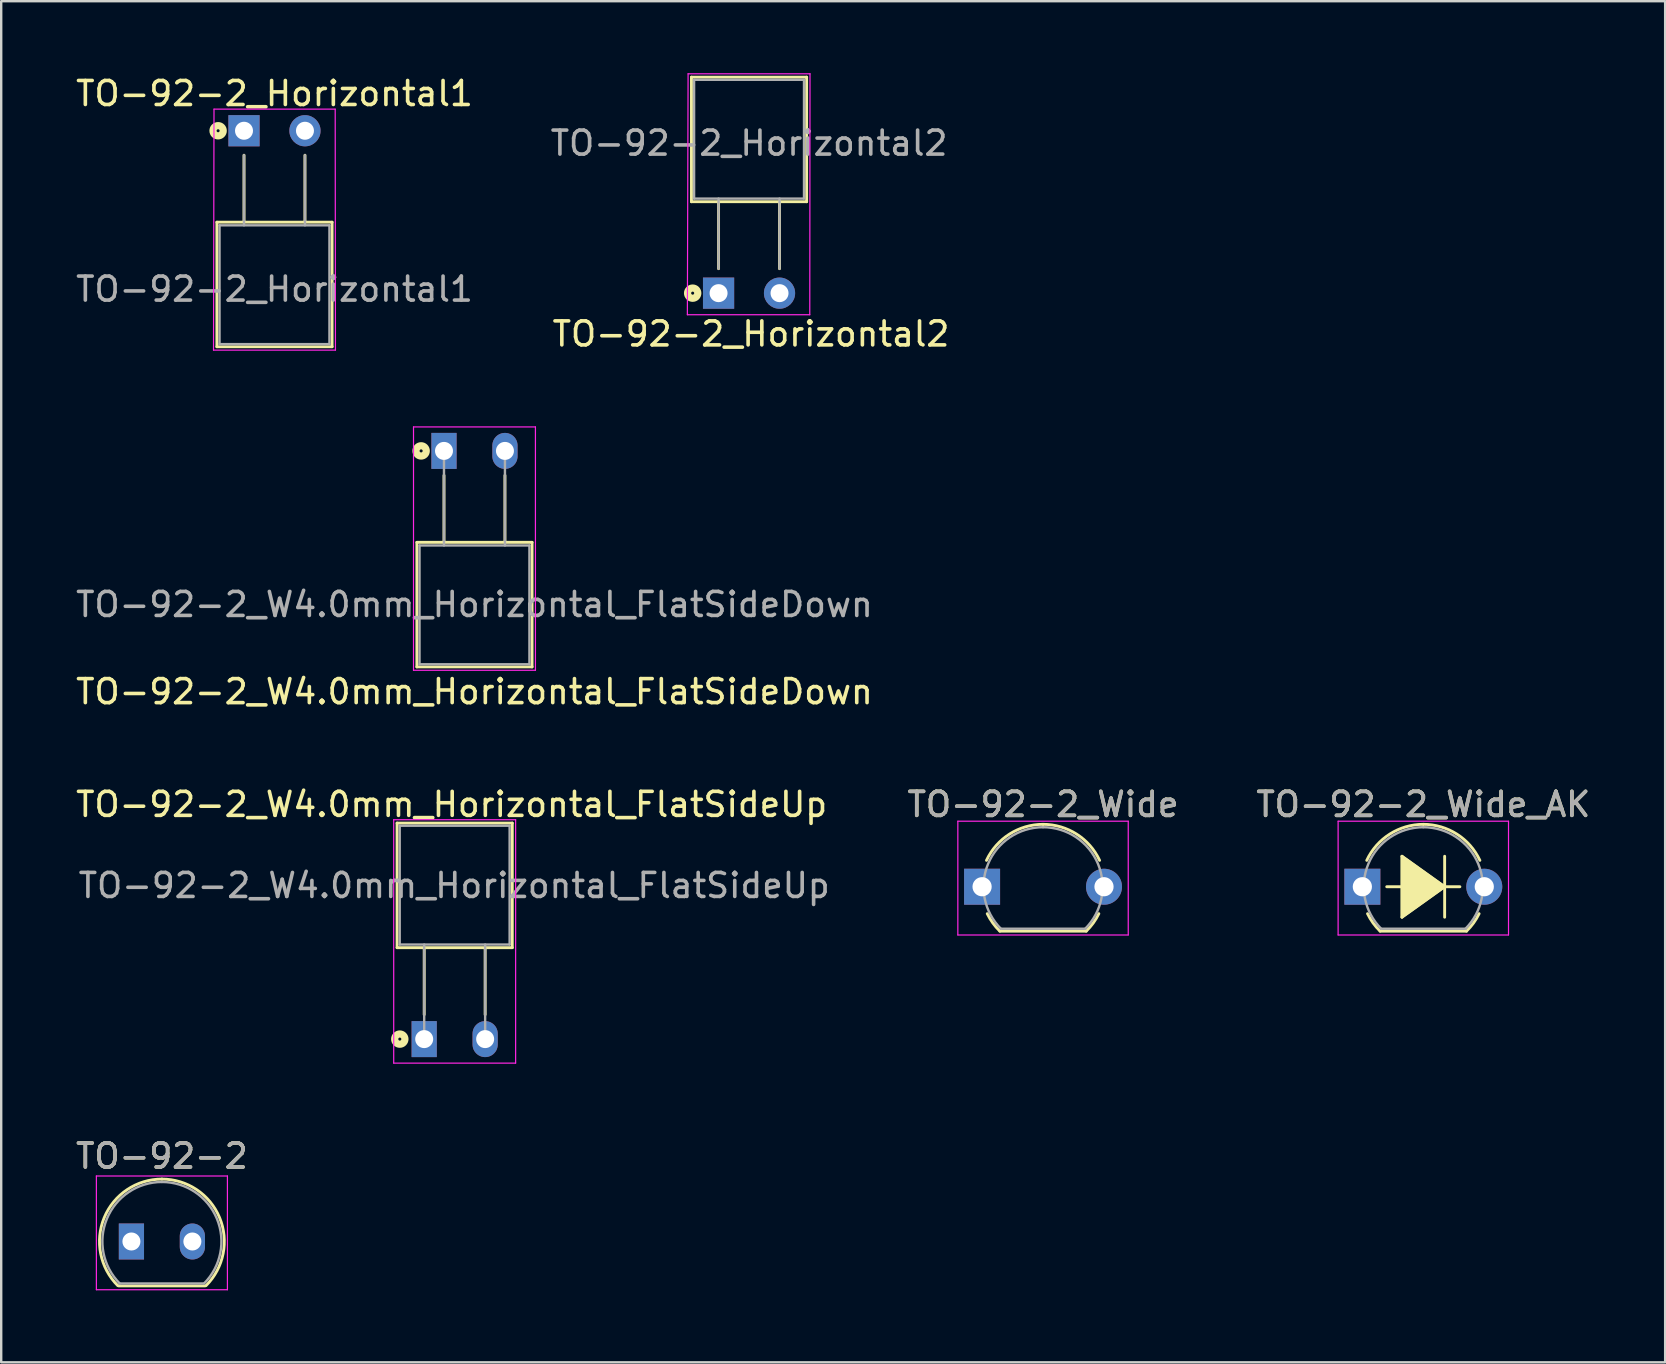
<source format=kicad_pcb>
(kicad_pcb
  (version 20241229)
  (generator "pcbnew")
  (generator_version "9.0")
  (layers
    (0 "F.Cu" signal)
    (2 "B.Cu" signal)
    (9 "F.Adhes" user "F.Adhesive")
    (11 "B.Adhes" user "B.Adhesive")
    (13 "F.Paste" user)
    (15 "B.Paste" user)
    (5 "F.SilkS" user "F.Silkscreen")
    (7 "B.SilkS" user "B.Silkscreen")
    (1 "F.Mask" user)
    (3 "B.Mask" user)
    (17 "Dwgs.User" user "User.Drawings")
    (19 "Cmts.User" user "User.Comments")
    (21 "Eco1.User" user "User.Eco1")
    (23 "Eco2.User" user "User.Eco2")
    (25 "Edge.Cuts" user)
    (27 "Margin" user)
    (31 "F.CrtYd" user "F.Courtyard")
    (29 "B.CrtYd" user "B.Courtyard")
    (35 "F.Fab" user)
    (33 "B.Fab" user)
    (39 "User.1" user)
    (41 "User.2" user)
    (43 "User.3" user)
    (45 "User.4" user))
  (footprint "TO-92-2_Wide"
    (layer "F.Cu")
    (at 37.871 33.898)
    (property "Reference" "TO-92-2_Wide" (at 2.54 -3.43 0) (layer "F.SilkS") (effects (font (size 1 1) (thickness 0.15))))
    (attr through_hole)
    (fp_line (start 0.74 1.85) (end 4.34 1.85) (stroke (width 0.12) (type solid)) (layer "F.SilkS"))
    (fp_arc (start 0.1836 -1.098807) (mid 1.143021 -2.192817) (end 2.54 -2.6) (stroke (width 0.12) (type solid)) (layer "F.SilkS"))
    (fp_arc (start 0.74 1.85) (mid 0.446097 1.509328) (end 0.215816 1.122795) (stroke (width 0.12) (type solid)) (layer "F.SilkS"))
    (fp_arc (start 2.54 -2.6) (mid 3.936979 -2.192818) (end 4.8964 -1.098807) (stroke (width 0.12) (type solid)) (layer "F.SilkS"))
    (fp_arc (start 4.864184 1.122795) (mid 4.633903 1.509328) (end 4.34 1.85) (stroke (width 0.12) (type solid)) (layer "F.SilkS"))
    (fp_line (start -1.01 -2.73) (end -1.01 2.01) (stroke (width 0.05) (type solid)) (layer "F.CrtYd"))
    (fp_line (start -1.01 -2.73) (end 6.09 -2.73) (stroke (width 0.05) (type solid)) (layer "F.CrtYd"))
    (fp_line (start 6.09 2.01) (end -1.01 2.01) (stroke (width 0.05) (type solid)) (layer "F.CrtYd"))
    (fp_line (start 6.09 2.01) (end 6.09 -2.73) (stroke (width 0.05) (type solid)) (layer "F.CrtYd"))
    (fp_line (start 0.8 1.75) (end 4.3 1.75) (stroke (width 0.1) (type solid)) (layer "F.Fab"))
    (fp_arc (start 0.786375 1.753625) (mid 0.248779 -0.949055) (end 2.54 -2.48) (stroke (width 0.1) (type solid)) (layer "F.Fab"))
    (fp_arc (start 2.54 -2.48) (mid 4.831221 -0.949055) (end 4.293625 1.753625) (stroke (width 0.1) (type solid)) (layer "F.Fab"))
    (fp_text user "${REFERENCE}" (at 2.54 -3.43 0) (layer "F.Fab") (effects (font (size 1 1) (thickness 0.15))))
    (pad "1" thru_hole rect (at 0 0 90) (size 1.5 1.5) (drill 0.8) (layers "*.Cu" "*.Mask"))
    (pad "2" thru_hole circle (at 5.08 0 90) (size 1.5 1.5) (drill 0.8) (layers "*.Cu" "*.Mask")))
  (footprint "TO-92-2_Wide_AK"
    (layer "F.Cu")
    (at 53.716 33.898)
    (property "Reference" "TO-92-2_Wide_AK" (at 2.54 -3.43 0) (layer "F.SilkS") (effects (font (size 1 1) (thickness 0.15))))
    (fp_line (start 0.74 1.85) (end 4.34 1.85) (stroke (width 0.12) (type solid)) (layer "F.SilkS"))
    (fp_line (start 1.016 0) (end 1.651 0) (stroke (width 0.12) (type solid)) (layer "F.SilkS"))
    (fp_line (start 1.651 -1.27) (end 3.429 0) (stroke (width 0.12) (type solid)) (layer "F.SilkS"))
    (fp_line (start 1.651 1.27) (end 1.651 -1.27) (stroke (width 0.12) (type solid)) (layer "F.SilkS"))
    (fp_line (start 3.429 -1.27) (end 3.429 0) (stroke (width 0.12) (type solid)) (layer "F.SilkS"))
    (fp_line (start 3.429 0) (end 1.651 1.27) (stroke (width 0.12) (type solid)) (layer "F.SilkS"))
    (fp_line (start 3.429 0) (end 3.429 1.27) (stroke (width 0.12) (type solid)) (layer "F.SilkS"))
    (fp_line (start 4.064 0) (end 3.429 0) (stroke (width 0.12) (type solid)) (layer "F.SilkS"))
    (fp_arc (start 0.1836 -1.098807) (mid 1.143021 -2.192817) (end 2.54 -2.6) (stroke (width 0.12) (type solid)) (layer "F.SilkS"))
    (fp_arc (start 0.74 1.85) (mid 0.446097 1.509328) (end 0.215816 1.122795) (stroke (width 0.12) (type solid)) (layer "F.SilkS"))
    (fp_arc (start 2.54 -2.6) (mid 3.936979 -2.192818) (end 4.8964 -1.098807) (stroke (width 0.12) (type solid)) (layer "F.SilkS"))
    (fp_arc (start 4.864184 1.122795) (mid 4.633903 1.509328) (end 4.34 1.85) (stroke (width 0.12) (type solid)) (layer "F.SilkS"))
    (fp_poly (pts (xy 1.651 -1.27) (xy 3.429 0) (xy 1.651 1.27)) (stroke (width 0.1) (type solid)) (fill yes) (layer "F.SilkS"))
    (fp_line (start -1.01 -2.73) (end -1.01 2.01) (stroke (width 0.05) (type solid)) (layer "F.CrtYd"))
    (fp_line (start -1.01 -2.73) (end 6.09 -2.73) (stroke (width 0.05) (type solid)) (layer "F.CrtYd"))
    (fp_line (start 6.09 2.01) (end -1.01 2.01) (stroke (width 0.05) (type solid)) (layer "F.CrtYd"))
    (fp_line (start 6.09 2.01) (end 6.09 -2.73) (stroke (width 0.05) (type solid)) (layer "F.CrtYd"))
    (fp_line (start 0.8 1.75) (end 4.3 1.75) (stroke (width 0.1) (type solid)) (layer "F.Fab"))
    (fp_arc (start 0.786375 1.753625) (mid 0.248779 -0.949055) (end 2.54 -2.48) (stroke (width 0.1) (type solid)) (layer "F.Fab"))
    (fp_arc (start 2.54 -2.48) (mid 4.831221 -0.949055) (end 4.293625 1.753625) (stroke (width 0.1) (type solid)) (layer "F.Fab"))
    (fp_text user "${REFERENCE}" (at 2.54 -3.43 0) (layer "F.Fab") (effects (font (size 1 1) (thickness 0.15))))
    (pad "1" thru_hole rect (at 0 0 90) (size 1.5 1.5) (drill 0.8) (layers "*.Cu" "*.Mask"))
    (pad "2" thru_hole circle (at 5.08 0 90) (size 1.5 1.5) (drill 0.8) (layers "*.Cu" "*.Mask")))
  (footprint "TO-92-2"
    (layer "F.Cu")
    (at 2.426 48.68)
    (property "Reference" "TO-92-2" (at 1.27 -3.56 0) (layer "F.SilkS") (effects (font (size 1 1) (thickness 0.15))))
    (attr through_hole)
    (fp_line (start -0.53 1.85) (end 3.07 1.85) (stroke (width 0.12) (type solid)) (layer "F.SilkS"))
    (fp_arc (start -0.568478 1.838478) (mid -1.132087 -0.994977) (end 1.27 -2.6) (stroke (width 0.12) (type solid)) (layer "F.SilkS"))
    (fp_arc (start 1.27 -2.6) (mid 3.672087 -0.994977) (end 3.108478 1.838478) (stroke (width 0.12) (type solid)) (layer "F.SilkS"))
    (fp_line (start -1.46 -2.73) (end -1.46 2.01) (stroke (width 0.05) (type solid)) (layer "F.CrtYd"))
    (fp_line (start -1.46 -2.73) (end 4 -2.73) (stroke (width 0.05) (type solid)) (layer "F.CrtYd"))
    (fp_line (start 4 2.01) (end -1.46 2.01) (stroke (width 0.05) (type solid)) (layer "F.CrtYd"))
    (fp_line (start 4 2.01) (end 4 -2.73) (stroke (width 0.05) (type solid)) (layer "F.CrtYd"))
    (fp_line (start -0.5 1.75) (end 3 1.75) (stroke (width 0.1) (type solid)) (layer "F.Fab"))
    (fp_arc (start -0.483625 1.753625) (mid -1.021221 -0.949055) (end 1.27 -2.48) (stroke (width 0.1) (type solid)) (layer "F.Fab"))
    (fp_arc (start 1.27 -2.48) (mid 3.561221 -0.949055) (end 3.023625 1.753625) (stroke (width 0.1) (type solid)) (layer "F.Fab"))
    (fp_text user "${REFERENCE}" (at 1.27 -3.56 0) (layer "F.Fab") (effects (font (size 1 1) (thickness 0.15))))
    (pad "1" thru_hole rect (at 0 0) (size 1.05 1.5) (drill 0.75) (layers "*.Cu" "*.Mask"))
    (pad "2" thru_hole oval (at 2.54 0) (size 1.05 1.5) (drill 0.75) (layers "*.Cu" "*.Mask")))
  (footprint "TO-92-2_Horizontal2"
    (layer "F.Cu")
    (at 26.891 9.165)
    (property "Reference" "TO-92-2_Horizontal2" (at 1.35 1.7 0) (layer "F.SilkS") (effects (font (size 1 1) (thickness 0.15))))
    (attr through_hole)
    (fp_line (start -1.13 -9) (end -1.13 -3.81) (stroke (width 0.12) (type solid)) (layer "F.SilkS"))
    (fp_line (start -1.13 -3.81) (end 3.67 -3.81) (stroke (width 0.12) (type solid)) (layer "F.SilkS"))
    (fp_line (start 0 -1.02) (end 0 -3.81) (stroke (width 0.12) (type solid)) (layer "F.SilkS"))
    (fp_line (start 2.54 -1.02) (end 2.54 -3.81) (stroke (width 0.12) (type solid)) (layer "F.SilkS"))
    (fp_line (start 3.67 -9) (end -1.13 -9) (stroke (width 0.12) (type solid)) (layer "F.SilkS"))
    (fp_line (start 3.67 -3.81) (end 3.67 -9) (stroke (width 0.12) (type solid)) (layer "F.SilkS"))
    (fp_circle (center -1.079 0) (end -1.016 0) (stroke (width 0.3) (type solid)) (fill no) (layer "F.SilkS"))
    (fp_line (start -1.27 -9.14) (end -1.3 0.9) (stroke (width 0.05) (type solid)) (layer "F.CrtYd"))
    (fp_line (start -1.27 -9.14) (end 3.81 -9.14) (stroke (width 0.05) (type solid)) (layer "F.CrtYd"))
    (fp_line (start 3.8 0.9) (end -1.3 0.9) (stroke (width 0.05) (type solid)) (layer "F.CrtYd"))
    (fp_line (start 3.8 0.9) (end 3.81 -9.14) (stroke (width 0.05) (type solid)) (layer "F.CrtYd"))
    (fp_line (start -1.02 -8.89) (end -1.02 -3.94) (stroke (width 0.1) (type solid)) (layer "F.Fab"))
    (fp_line (start -1.02 -3.94) (end 3.56 -3.94) (stroke (width 0.1) (type solid)) (layer "F.Fab"))
    (fp_line (start 0 -3.94) (end 0 -1.02) (stroke (width 0.1) (type solid)) (layer "F.Fab"))
    (fp_line (start 2.54 -3.94) (end 2.54 -1.02) (stroke (width 0.1) (type solid)) (layer "F.Fab"))
    (fp_line (start 3.56 -8.89) (end -1.02 -8.89) (stroke (width 0.1) (type solid)) (layer "F.Fab"))
    (fp_line (start 3.56 -3.94) (end 3.56 -8.89) (stroke (width 0.1) (type solid)) (layer "F.Fab"))
    (fp_text user "${REFERENCE}" (at 1.27 -6.25 0) (layer "F.Fab") (effects (font (size 1 1) (thickness 0.15))))
    (pad "1" thru_hole rect (at 0 0 270) (size 1.3 1.3) (drill 0.75) (layers "*.Cu" "*.Mask"))
    (pad "2" thru_hole circle (at 2.54 0 270) (size 1.3 1.3) (drill 0.75) (layers "*.Cu" "*.Mask")))
  (footprint "TO-92-2_W4.0mm_Horizontal_FlatSideUp"
    (layer "F.Cu")
    (at 14.625 40.247)
    (property "Reference" "TO-92-2_W4.0mm_Horizontal_FlatSideUp" (at 1.143 -9.779 0) (layer "F.SilkS") (effects (font (size 1 1) (thickness 0.15))))
    (attr through_hole)
    (fp_line (start -1.13 -9) (end -1.13 -3.81) (stroke (width 0.12) (type solid)) (layer "F.SilkS"))
    (fp_line (start -1.13 -3.81) (end 3.67 -3.81) (stroke (width 0.12) (type solid)) (layer "F.SilkS"))
    (fp_line (start 0 -1.02) (end 0 -3.81) (stroke (width 0.12) (type solid)) (layer "F.SilkS"))
    (fp_line (start 2.54 -1.02) (end 2.54 -3.81) (stroke (width 0.12) (type solid)) (layer "F.SilkS"))
    (fp_line (start 3.67 -9) (end -1.13 -9) (stroke (width 0.12) (type solid)) (layer "F.SilkS"))
    (fp_line (start 3.67 -3.81) (end 3.67 -9) (stroke (width 0.12) (type solid)) (layer "F.SilkS"))
    (fp_circle (center -1.016 0) (end -0.953 0) (stroke (width 0.3) (type solid)) (fill no) (layer "F.SilkS"))
    (fp_line (start -1.27 -9.14) (end -1.27 1) (stroke (width 0.05) (type solid)) (layer "F.CrtYd"))
    (fp_line (start -1.27 -9.14) (end 3.81 -9.14) (stroke (width 0.05) (type solid)) (layer "F.CrtYd"))
    (fp_line (start 3.81 1) (end -1.27 1) (stroke (width 0.05) (type solid)) (layer "F.CrtYd"))
    (fp_line (start 3.81 1) (end 3.81 -9.14) (stroke (width 0.05) (type solid)) (layer "F.CrtYd"))
    (fp_line (start -1.02 -8.89) (end -1.02 -3.94) (stroke (width 0.1) (type solid)) (layer "F.Fab"))
    (fp_line (start -1.02 -3.94) (end 3.56 -3.94) (stroke (width 0.1) (type solid)) (layer "F.Fab"))
    (fp_line (start 0 -3.94) (end 0 0) (stroke (width 0.1) (type solid)) (layer "F.Fab"))
    (fp_line (start 2.54 -3.94) (end 2.54 0) (stroke (width 0.1) (type solid)) (layer "F.Fab"))
    (fp_line (start 3.56 -8.89) (end -1.02 -8.89) (stroke (width 0.1) (type solid)) (layer "F.Fab"))
    (fp_line (start 3.56 -3.94) (end 3.56 -8.89) (stroke (width 0.1) (type solid)) (layer "F.Fab"))
    (fp_text user "${REFERENCE}" (at 1.25 -6.4 0) (layer "F.Fab") (effects (font (size 1 1) (thickness 0.15))))
    (pad "1" thru_hole rect (at 0 0) (size 1.05 1.5) (drill 0.75) (layers "*.Cu" "*.Mask"))
    (pad "2" thru_hole oval (at 2.54 0) (size 1.05 1.5) (drill 0.75) (layers "*.Cu" "*.Mask")))
  (footprint "TO-92-2_W4.0mm_Horizontal_FlatSideDown"
    (layer "F.Cu")
    (at 15.45 15.738)
    (property "Reference" "TO-92-2_W4.0mm_Horizontal_FlatSideDown" (at 1.27 10.033 0) (layer "F.SilkS") (effects (font (size 1 1) (thickness 0.15))))
    (attr through_hole)
    (fp_line (start -1.13 3.81) (end 3.67 3.81) (stroke (width 0.12) (type solid)) (layer "F.SilkS"))
    (fp_line (start -1.13 9) (end -1.13 3.81) (stroke (width 0.12) (type solid)) (layer "F.SilkS"))
    (fp_line (start 0 1.02) (end 0 3.81) (stroke (width 0.12) (type solid)) (layer "F.SilkS"))
    (fp_line (start 2.54 1.02) (end 2.54 3.81) (stroke (width 0.12) (type solid)) (layer "F.SilkS"))
    (fp_line (start 3.67 3.81) (end 3.67 9) (stroke (width 0.12) (type solid)) (layer "F.SilkS"))
    (fp_line (start 3.67 9) (end -1.13 9) (stroke (width 0.12) (type solid)) (layer "F.SilkS"))
    (fp_circle (center -0.953 0) (end -0.889 0) (stroke (width 0.3) (type solid)) (fill no) (layer "F.SilkS"))
    (fp_line (start -1.27 -1) (end -1.27 9.14) (stroke (width 0.05) (type solid)) (layer "F.CrtYd"))
    (fp_line (start -1.27 -1) (end 3.81 -1) (stroke (width 0.05) (type solid)) (layer "F.CrtYd"))
    (fp_line (start 3.81 9.14) (end -1.27 9.14) (stroke (width 0.05) (type solid)) (layer "F.CrtYd"))
    (fp_line (start 3.81 9.14) (end 3.81 -1) (stroke (width 0.05) (type solid)) (layer "F.CrtYd"))
    (fp_line (start -1.02 3.94) (end 3.56 3.94) (stroke (width 0.1) (type solid)) (layer "F.Fab"))
    (fp_line (start -1.02 8.89) (end -1.02 3.94) (stroke (width 0.1) (type solid)) (layer "F.Fab"))
    (fp_line (start 0 3.94) (end 0 0) (stroke (width 0.1) (type solid)) (layer "F.Fab"))
    (fp_line (start 2.54 3.94) (end 2.54 0) (stroke (width 0.1) (type solid)) (layer "F.Fab"))
    (fp_line (start 3.56 3.94) (end 3.56 8.89) (stroke (width 0.1) (type solid)) (layer "F.Fab"))
    (fp_line (start 3.56 8.89) (end -1.02 8.89) (stroke (width 0.1) (type solid)) (layer "F.Fab"))
    (fp_text user "${REFERENCE}" (at 1.27 6.4 0) (layer "F.Fab") (effects (font (size 1 1) (thickness 0.15))))
    (pad "1" thru_hole rect (at 0 0) (size 1.05 1.5) (drill 0.75) (layers "*.Cu" "*.Mask"))
    (pad "3" thru_hole oval (at 2.54 0) (size 1.05 1.5) (drill 0.75) (layers "*.Cu" "*.Mask")))
  (footprint "TO-92-2_Horizontal1"
    (layer "F.Cu")
    (at 7.117 2.398)
    (property "Reference" "TO-92-2_Horizontal1" (at 1.27 -1.55 0) (layer "F.SilkS") (effects (font (size 1 1) (thickness 0.15))))
    (attr through_hole)
    (fp_line (start -1.13 3.81) (end 3.67 3.81) (stroke (width 0.12) (type solid)) (layer "F.SilkS"))
    (fp_line (start -1.13 9) (end -1.13 3.81) (stroke (width 0.12) (type solid)) (layer "F.SilkS"))
    (fp_line (start 0 1.02) (end 0 3.81) (stroke (width 0.12) (type solid)) (layer "F.SilkS"))
    (fp_line (start 2.54 1.02) (end 2.54 3.81) (stroke (width 0.12) (type solid)) (layer "F.SilkS"))
    (fp_line (start 3.67 3.81) (end 3.67 9) (stroke (width 0.12) (type solid)) (layer "F.SilkS"))
    (fp_line (start 3.67 9) (end -1.13 9) (stroke (width 0.12) (type solid)) (layer "F.SilkS"))
    (fp_circle (center -1.079 0) (end -1.016 0) (stroke (width 0.3) (type solid)) (fill no) (layer "F.SilkS"))
    (fp_line (start -1.25 -0.9) (end -1.27 9.14) (stroke (width 0.05) (type solid)) (layer "F.CrtYd"))
    (fp_line (start -1.25 -0.9) (end 3.8 -0.9) (stroke (width 0.05) (type solid)) (layer "F.CrtYd"))
    (fp_line (start 3.81 9.14) (end -1.27 9.14) (stroke (width 0.05) (type solid)) (layer "F.CrtYd"))
    (fp_line (start 3.81 9.14) (end 3.8 -0.9) (stroke (width 0.05) (type solid)) (layer "F.CrtYd"))
    (fp_line (start -1.02 3.94) (end 3.56 3.94) (stroke (width 0.1) (type solid)) (layer "F.Fab"))
    (fp_line (start -1.02 8.89) (end -1.02 3.94) (stroke (width 0.1) (type solid)) (layer "F.Fab"))
    (fp_line (start 0 3.94) (end 0 1.02) (stroke (width 0.1) (type solid)) (layer "F.Fab"))
    (fp_line (start 2.54 3.94) (end 2.54 1.02) (stroke (width 0.1) (type solid)) (layer "F.Fab"))
    (fp_line (start 3.56 3.94) (end 3.56 8.89) (stroke (width 0.1) (type solid)) (layer "F.Fab"))
    (fp_line (start 3.56 8.89) (end -1.02 8.89) (stroke (width 0.1) (type solid)) (layer "F.Fab"))
    (fp_text user "${REFERENCE}" (at 1.27 6.6 0) (layer "F.Fab") (effects (font (size 1 1) (thickness 0.15))))
    (pad "1" thru_hole rect (at 0 0 90) (size 1.3 1.3) (drill 0.75) (layers "*.Cu" "*.Mask"))
    (pad "2" thru_hole circle (at 2.54 0 90) (size 1.3 1.3) (drill 0.75) (layers "*.Cu" "*.Mask")))
  (gr_rect
    (start -3 -3)
    (end 66.333 53.715)
    (stroke (width 0.1) (type default))
    (fill no)
    (layer "Edge.Cuts")))
</source>
